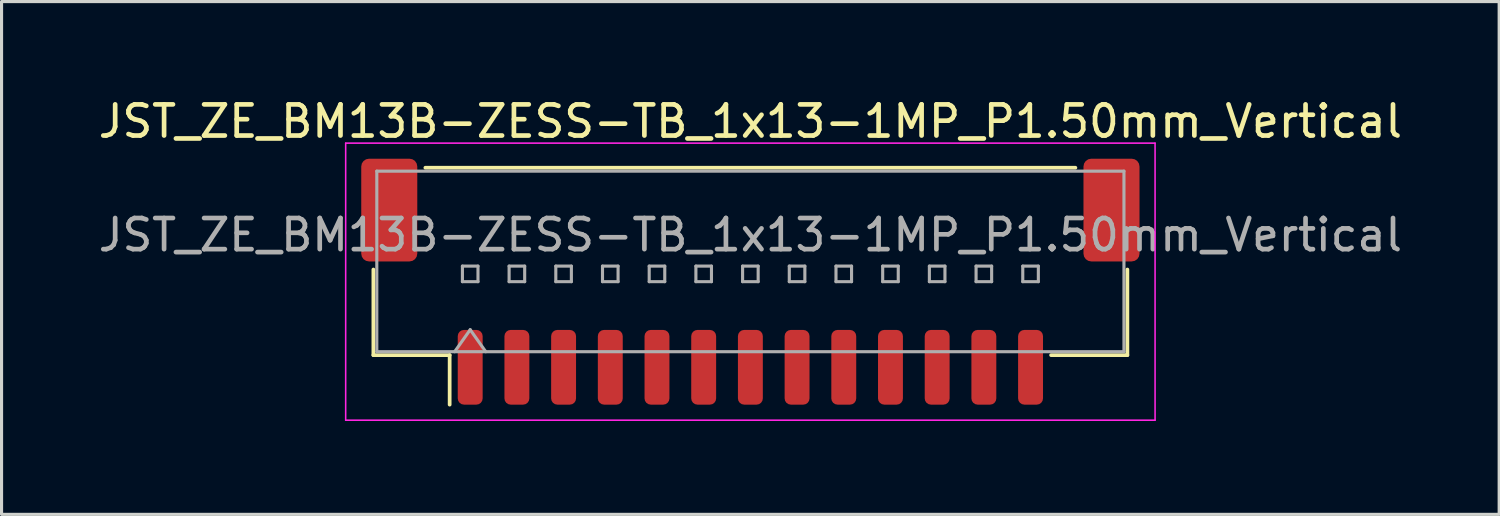
<source format=kicad_pcb>
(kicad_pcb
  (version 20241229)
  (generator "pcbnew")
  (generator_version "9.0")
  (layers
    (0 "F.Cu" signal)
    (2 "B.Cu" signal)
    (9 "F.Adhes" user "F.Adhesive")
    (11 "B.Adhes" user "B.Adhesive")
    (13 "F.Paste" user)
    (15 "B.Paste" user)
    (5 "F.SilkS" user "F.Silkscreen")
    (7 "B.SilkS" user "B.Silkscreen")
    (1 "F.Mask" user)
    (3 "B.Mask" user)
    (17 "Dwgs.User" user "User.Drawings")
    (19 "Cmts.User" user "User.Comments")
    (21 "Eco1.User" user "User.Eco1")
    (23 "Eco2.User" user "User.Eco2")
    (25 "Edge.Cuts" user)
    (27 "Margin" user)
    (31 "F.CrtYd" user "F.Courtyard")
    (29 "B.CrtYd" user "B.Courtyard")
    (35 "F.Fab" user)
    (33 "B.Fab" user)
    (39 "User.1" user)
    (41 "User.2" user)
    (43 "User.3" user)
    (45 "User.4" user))
  (footprint "JST_ZE_BM13B-ZESS-TB_1x13-1MP_P1.50mm_Vertical"
    (layer "F.Cu")
    (at 21.054 5.998)
    (property "Reference" "JST_ZE_BM13B-ZESS-TB_1x13-1MP_P1.50mm_Vertical" (at 0 -5.15 0) (layer "F.SilkS") (effects (font (size 1 1) (thickness 0.15))))
    (attr smd)
    (fp_line (start -12.11 -0.39) (end -12.11 2.36) (stroke (width 0.12) (type solid)) (layer "F.SilkS"))
    (fp_line (start -12.11 2.36) (end -9.66 2.36) (stroke (width 0.12) (type solid)) (layer "F.SilkS"))
    (fp_line (start -10.44 -3.66) (end 10.44 -3.66) (stroke (width 0.12) (type solid)) (layer "F.SilkS"))
    (fp_line (start -9.66 2.36) (end -9.66 3.95) (stroke (width 0.12) (type solid)) (layer "F.SilkS"))
    (fp_line (start 12.11 -0.39) (end 12.11 2.36) (stroke (width 0.12) (type solid)) (layer "F.SilkS"))
    (fp_line (start 12.11 2.36) (end 9.66 2.36) (stroke (width 0.12) (type solid)) (layer "F.SilkS"))
    (fp_line (start -13 -4.45) (end -13 4.45) (stroke (width 0.05) (type solid)) (layer "F.CrtYd"))
    (fp_line (start -13 4.45) (end 13 4.45) (stroke (width 0.05) (type solid)) (layer "F.CrtYd"))
    (fp_line (start 13 -4.45) (end -13 -4.45) (stroke (width 0.05) (type solid)) (layer "F.CrtYd"))
    (fp_line (start 13 4.45) (end 13 -4.45) (stroke (width 0.05) (type solid)) (layer "F.CrtYd"))
    (fp_line (start -12 -3.55) (end 12 -3.55) (stroke (width 0.1) (type solid)) (layer "F.Fab"))
    (fp_line (start -12 2.25) (end -12 -3.55) (stroke (width 0.1) (type solid)) (layer "F.Fab"))
    (fp_line (start -12 2.25) (end 12 2.25) (stroke (width 0.1) (type solid)) (layer "F.Fab"))
    (fp_line (start -9.5 2.25) (end -9 1.543) (stroke (width 0.1) (type solid)) (layer "F.Fab"))
    (fp_line (start -9.25 -0.5) (end -9.25 0) (stroke (width 0.1) (type solid)) (layer "F.Fab"))
    (fp_line (start -9.25 0) (end -8.75 0) (stroke (width 0.1) (type solid)) (layer "F.Fab"))
    (fp_line (start -9 1.543) (end -8.5 2.25) (stroke (width 0.1) (type solid)) (layer "F.Fab"))
    (fp_line (start -8.75 -0.5) (end -9.25 -0.5) (stroke (width 0.1) (type solid)) (layer "F.Fab"))
    (fp_line (start -8.75 0) (end -8.75 -0.5) (stroke (width 0.1) (type solid)) (layer "F.Fab"))
    (fp_line (start -7.75 -0.5) (end -7.75 0) (stroke (width 0.1) (type solid)) (layer "F.Fab"))
    (fp_line (start -7.75 0) (end -7.25 0) (stroke (width 0.1) (type solid)) (layer "F.Fab"))
    (fp_line (start -7.25 -0.5) (end -7.75 -0.5) (stroke (width 0.1) (type solid)) (layer "F.Fab"))
    (fp_line (start -7.25 0) (end -7.25 -0.5) (stroke (width 0.1) (type solid)) (layer "F.Fab"))
    (fp_line (start -6.25 -0.5) (end -6.25 0) (stroke (width 0.1) (type solid)) (layer "F.Fab"))
    (fp_line (start -6.25 0) (end -5.75 0) (stroke (width 0.1) (type solid)) (layer "F.Fab"))
    (fp_line (start -5.75 -0.5) (end -6.25 -0.5) (stroke (width 0.1) (type solid)) (layer "F.Fab"))
    (fp_line (start -5.75 0) (end -5.75 -0.5) (stroke (width 0.1) (type solid)) (layer "F.Fab"))
    (fp_line (start -4.75 -0.5) (end -4.75 0) (stroke (width 0.1) (type solid)) (layer "F.Fab"))
    (fp_line (start -4.75 0) (end -4.25 0) (stroke (width 0.1) (type solid)) (layer "F.Fab"))
    (fp_line (start -4.25 -0.5) (end -4.75 -0.5) (stroke (width 0.1) (type solid)) (layer "F.Fab"))
    (fp_line (start -4.25 0) (end -4.25 -0.5) (stroke (width 0.1) (type solid)) (layer "F.Fab"))
    (fp_line (start -3.25 -0.5) (end -3.25 0) (stroke (width 0.1) (type solid)) (layer "F.Fab"))
    (fp_line (start -3.25 0) (end -2.75 0) (stroke (width 0.1) (type solid)) (layer "F.Fab"))
    (fp_line (start -2.75 -0.5) (end -3.25 -0.5) (stroke (width 0.1) (type solid)) (layer "F.Fab"))
    (fp_line (start -2.75 0) (end -2.75 -0.5) (stroke (width 0.1) (type solid)) (layer "F.Fab"))
    (fp_line (start -1.75 -0.5) (end -1.75 0) (stroke (width 0.1) (type solid)) (layer "F.Fab"))
    (fp_line (start -1.75 0) (end -1.25 0) (stroke (width 0.1) (type solid)) (layer "F.Fab"))
    (fp_line (start -1.25 -0.5) (end -1.75 -0.5) (stroke (width 0.1) (type solid)) (layer "F.Fab"))
    (fp_line (start -1.25 0) (end -1.25 -0.5) (stroke (width 0.1) (type solid)) (layer "F.Fab"))
    (fp_line (start -0.25 -0.5) (end -0.25 0) (stroke (width 0.1) (type solid)) (layer "F.Fab"))
    (fp_line (start -0.25 0) (end 0.25 0) (stroke (width 0.1) (type solid)) (layer "F.Fab"))
    (fp_line (start 0.25 -0.5) (end -0.25 -0.5) (stroke (width 0.1) (type solid)) (layer "F.Fab"))
    (fp_line (start 0.25 0) (end 0.25 -0.5) (stroke (width 0.1) (type solid)) (layer "F.Fab"))
    (fp_line (start 1.25 -0.5) (end 1.25 0) (stroke (width 0.1) (type solid)) (layer "F.Fab"))
    (fp_line (start 1.25 0) (end 1.75 0) (stroke (width 0.1) (type solid)) (layer "F.Fab"))
    (fp_line (start 1.75 -0.5) (end 1.25 -0.5) (stroke (width 0.1) (type solid)) (layer "F.Fab"))
    (fp_line (start 1.75 0) (end 1.75 -0.5) (stroke (width 0.1) (type solid)) (layer "F.Fab"))
    (fp_line (start 2.75 -0.5) (end 2.75 0) (stroke (width 0.1) (type solid)) (layer "F.Fab"))
    (fp_line (start 2.75 0) (end 3.25 0) (stroke (width 0.1) (type solid)) (layer "F.Fab"))
    (fp_line (start 3.25 -0.5) (end 2.75 -0.5) (stroke (width 0.1) (type solid)) (layer "F.Fab"))
    (fp_line (start 3.25 0) (end 3.25 -0.5) (stroke (width 0.1) (type solid)) (layer "F.Fab"))
    (fp_line (start 4.25 -0.5) (end 4.25 0) (stroke (width 0.1) (type solid)) (layer "F.Fab"))
    (fp_line (start 4.25 0) (end 4.75 0) (stroke (width 0.1) (type solid)) (layer "F.Fab"))
    (fp_line (start 4.75 -0.5) (end 4.25 -0.5) (stroke (width 0.1) (type solid)) (layer "F.Fab"))
    (fp_line (start 4.75 0) (end 4.75 -0.5) (stroke (width 0.1) (type solid)) (layer "F.Fab"))
    (fp_line (start 5.75 -0.5) (end 5.75 0) (stroke (width 0.1) (type solid)) (layer "F.Fab"))
    (fp_line (start 5.75 0) (end 6.25 0) (stroke (width 0.1) (type solid)) (layer "F.Fab"))
    (fp_line (start 6.25 -0.5) (end 5.75 -0.5) (stroke (width 0.1) (type solid)) (layer "F.Fab"))
    (fp_line (start 6.25 0) (end 6.25 -0.5) (stroke (width 0.1) (type solid)) (layer "F.Fab"))
    (fp_line (start 7.25 -0.5) (end 7.25 0) (stroke (width 0.1) (type solid)) (layer "F.Fab"))
    (fp_line (start 7.25 0) (end 7.75 0) (stroke (width 0.1) (type solid)) (layer "F.Fab"))
    (fp_line (start 7.75 -0.5) (end 7.25 -0.5) (stroke (width 0.1) (type solid)) (layer "F.Fab"))
    (fp_line (start 7.75 0) (end 7.75 -0.5) (stroke (width 0.1) (type solid)) (layer "F.Fab"))
    (fp_line (start 8.75 -0.5) (end 8.75 0) (stroke (width 0.1) (type solid)) (layer "F.Fab"))
    (fp_line (start 8.75 0) (end 9.25 0) (stroke (width 0.1) (type solid)) (layer "F.Fab"))
    (fp_line (start 9.25 -0.5) (end 8.75 -0.5) (stroke (width 0.1) (type solid)) (layer "F.Fab"))
    (fp_line (start 9.25 0) (end 9.25 -0.5) (stroke (width 0.1) (type solid)) (layer "F.Fab"))
    (fp_line (start 12 2.25) (end 12 -3.55) (stroke (width 0.1) (type solid)) (layer "F.Fab"))
    (fp_text user "${REFERENCE}" (at 0 -1.5 0) (layer "F.Fab") (effects (font (size 1 1) (thickness 0.15))))
    (pad "1" smd roundrect (at -9 2.75) (size 0.8 2.4) (layers "F.Cu" "F.Mask" "F.Paste") (roundrect_rratio 0.25))
    (pad "2" smd roundrect (at -7.5 2.75) (size 0.8 2.4) (layers "F.Cu" "F.Mask" "F.Paste") (roundrect_rratio 0.25))
    (pad "3" smd roundrect (at -6 2.75) (size 0.8 2.4) (layers "F.Cu" "F.Mask" "F.Paste") (roundrect_rratio 0.25))
    (pad "4" smd roundrect (at -4.5 2.75) (size 0.8 2.4) (layers "F.Cu" "F.Mask" "F.Paste") (roundrect_rratio 0.25))
    (pad "5" smd roundrect (at -3 2.75) (size 0.8 2.4) (layers "F.Cu" "F.Mask" "F.Paste") (roundrect_rratio 0.25))
    (pad "6" smd roundrect (at -1.5 2.75) (size 0.8 2.4) (layers "F.Cu" "F.Mask" "F.Paste") (roundrect_rratio 0.25))
    (pad "7" smd roundrect (at 0 2.75) (size 0.8 2.4) (layers "F.Cu" "F.Mask" "F.Paste") (roundrect_rratio 0.25))
    (pad "8" smd roundrect (at 1.5 2.75) (size 0.8 2.4) (layers "F.Cu" "F.Mask" "F.Paste") (roundrect_rratio 0.25))
    (pad "9" smd roundrect (at 3 2.75) (size 0.8 2.4) (layers "F.Cu" "F.Mask" "F.Paste") (roundrect_rratio 0.25))
    (pad "10" smd roundrect (at 4.5 2.75) (size 0.8 2.4) (layers "F.Cu" "F.Mask" "F.Paste") (roundrect_rratio 0.25))
    (pad "11" smd roundrect (at 6 2.75) (size 0.8 2.4) (layers "F.Cu" "F.Mask" "F.Paste") (roundrect_rratio 0.25))
    (pad "12" smd roundrect (at 7.5 2.75) (size 0.8 2.4) (layers "F.Cu" "F.Mask" "F.Paste") (roundrect_rratio 0.25))
    (pad "13" smd roundrect (at 9 2.75) (size 0.8 2.4) (layers "F.Cu" "F.Mask" "F.Paste") (roundrect_rratio 0.25))
    (pad "MP" smd roundrect (at -11.6 -2.3) (size 1.8 3.3) (layers "F.Cu" "F.Mask" "F.Paste") (roundrect_rratio 0.139))
    (pad "MP" smd roundrect (at 11.6 -2.3) (size 1.8 3.3) (layers "F.Cu" "F.Mask" "F.Paste") (roundrect_rratio 0.139)))
  (gr_rect
    (start -3 -3)
    (end 45.107 13.473)
    (stroke (width 0.1) (type default))
    (fill no)
    (layer "Edge.Cuts")))
</source>
